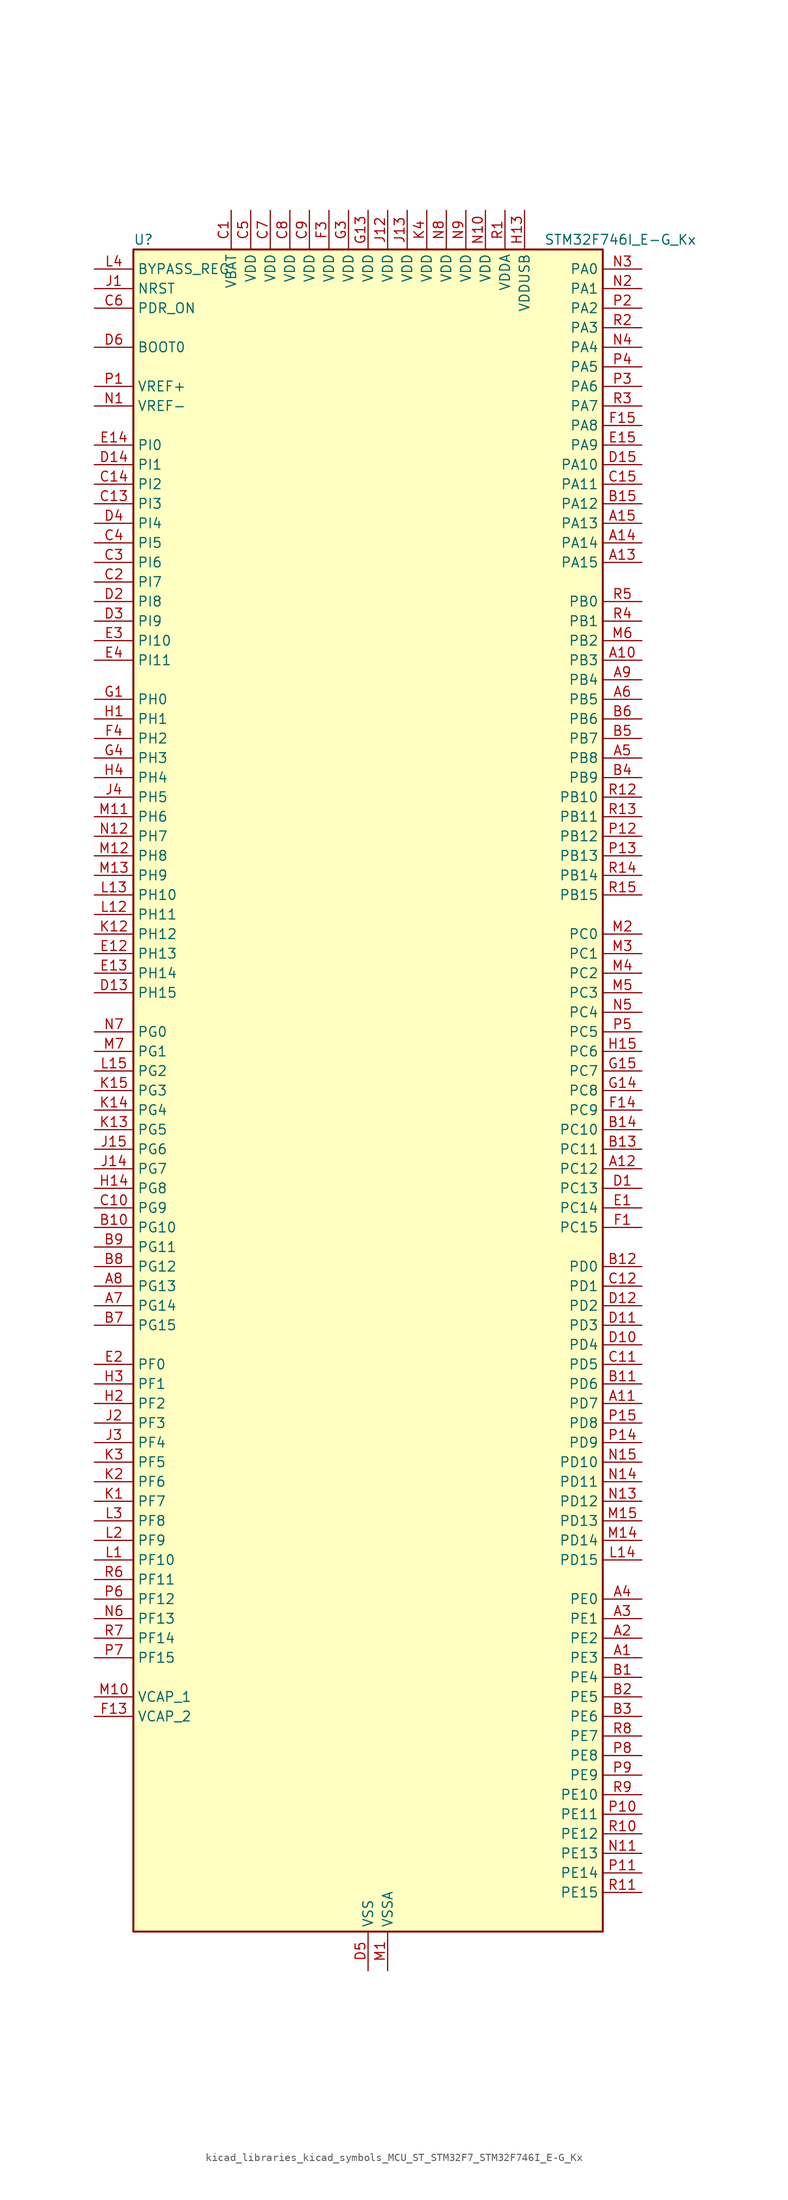
<source format=kicad_sym>
(kicad_symbol_lib
  (version 20220914)
  (generator kicad_symbol_editor)
  (symbol "kicad_libraries_kicad_symbols_MCU_ST_STM32F7_STM32F746I_E-G_Kx"
    (property "Reference" "U"
      (at -30.48 110.49 0)
      (effects (font (size 1.27 1.27)) (justify left)))
    (property "Value" "STM32F746I_E-G_Kx"
      (at 22.86 110.49 0)
      (effects (font (size 1.27 1.27)) (justify left)))
    (property "ki_locked" ""
      (at 0 0 0)
      (effects (font (size 1.27 1.27))))
    (symbol "kicad_libraries_kicad_symbols_MCU_ST_STM32F7_STM32F746I_E-G_Kx_0_1"
      (rectangle (start -30.48 -109.22) (end 30.48 109.22) (stroke (width 0.254) (type default)) (fill (type background))))
    (symbol "kicad_libraries_kicad_symbols_MCU_ST_STM32F7_STM32F746I_E-G_Kx_1_1"
      (pin bidirectional line (at 35.56 -73.66 180) (length 5.08) (name "PE3" (effects (font (size 1.27 1.27)))) (number "A1" (effects (font (size 1.27 1.27)))) (alternate "FMC_A19" bidirectional line) (alternate "SAI1_SD_B" bidirectional line) (alternate "SYS_TRACED0" bidirectional line))
      (pin bidirectional line (at 35.56 55.88 180) (length 5.08) (name "PB3" (effects (font (size 1.27 1.27)))) (number "A10" (effects (font (size 1.27 1.27)))) (alternate "I2S1_CK" bidirectional line) (alternate "I2S3_CK" bidirectional line) (alternate "SPI1_SCK" bidirectional line) (alternate "SPI3_SCK" bidirectional line) (alternate "SYS_JTDO-SWO" bidirectional line) (alternate "TIM2_CH2" bidirectional line))
      (pin bidirectional line (at 35.56 -40.64 180) (length 5.08) (name "PD7" (effects (font (size 1.27 1.27)))) (number "A11" (effects (font (size 1.27 1.27)))) (alternate "FMC_NE1" bidirectional line) (alternate "SPDIFRX_IN0" bidirectional line) (alternate "USART2_CK" bidirectional line))
      (pin bidirectional line (at 35.56 -10.16 180) (length 5.08) (name "PC12" (effects (font (size 1.27 1.27)))) (number "A12" (effects (font (size 1.27 1.27)))) (alternate "DCMI_D9" bidirectional line) (alternate "I2S3_SD" bidirectional line) (alternate "SDMMC1_CK" bidirectional line) (alternate "SPI3_MOSI" bidirectional line) (alternate "SYS_TRACED3" bidirectional line) (alternate "UART5_TX" bidirectional line) (alternate "USART3_CK" bidirectional line))
      (pin bidirectional line (at 35.56 68.58 180) (length 5.08) (name "PA15" (effects (font (size 1.27 1.27)))) (number "A13" (effects (font (size 1.27 1.27)))) (alternate "CEC" bidirectional line) (alternate "I2S1_WS" bidirectional line) (alternate "I2S3_WS" bidirectional line) (alternate "SPI1_NSS" bidirectional line) (alternate "SPI3_NSS" bidirectional line) (alternate "SYS_JTDI" bidirectional line) (alternate "TIM2_CH1" bidirectional line) (alternate "TIM2_ETR" bidirectional line) (alternate "UART4_DE" bidirectional line) (alternate "UART4_RTS" bidirectional line))
      (pin bidirectional line (at 35.56 71.12 180) (length 5.08) (name "PA14" (effects (font (size 1.27 1.27)))) (number "A14" (effects (font (size 1.27 1.27)))) (alternate "SYS_JTCK-SWCLK" bidirectional line))
      (pin bidirectional line (at 35.56 73.66 180) (length 5.08) (name "PA13" (effects (font (size 1.27 1.27)))) (number "A15" (effects (font (size 1.27 1.27)))) (alternate "SYS_JTMS-SWDIO" bidirectional line))
      (pin bidirectional line (at 35.56 -71.12 180) (length 5.08) (name "PE2" (effects (font (size 1.27 1.27)))) (number "A2" (effects (font (size 1.27 1.27)))) (alternate "ETH_TXD3" bidirectional line) (alternate "FMC_A23" bidirectional line) (alternate "QUADSPI_BK1_IO2" bidirectional line) (alternate "SAI1_MCLK_A" bidirectional line) (alternate "SPI4_SCK" bidirectional line) (alternate "SYS_TRACECLK" bidirectional line))
      (pin bidirectional line (at 35.56 -68.58 180) (length 5.08) (name "PE1" (effects (font (size 1.27 1.27)))) (number "A3" (effects (font (size 1.27 1.27)))) (alternate "DCMI_D3" bidirectional line) (alternate "FMC_NBL1" bidirectional line) (alternate "LPTIM1_IN2" bidirectional line) (alternate "UART8_TX" bidirectional line))
      (pin bidirectional line (at 35.56 -66.04 180) (length 5.08) (name "PE0" (effects (font (size 1.27 1.27)))) (number "A4" (effects (font (size 1.27 1.27)))) (alternate "DCMI_D2" bidirectional line) (alternate "FMC_NBL0" bidirectional line) (alternate "LPTIM1_ETR" bidirectional line) (alternate "SAI2_MCLK_A" bidirectional line) (alternate "TIM4_ETR" bidirectional line) (alternate "UART8_RX" bidirectional line))
      (pin bidirectional line (at 35.56 43.18 180) (length 5.08) (name "PB8" (effects (font (size 1.27 1.27)))) (number "A5" (effects (font (size 1.27 1.27)))) (alternate "CAN1_RX" bidirectional line) (alternate "DCMI_D6" bidirectional line) (alternate "ETH_TXD3" bidirectional line) (alternate "I2C1_SCL" bidirectional line) (alternate "LTDC_B6" bidirectional line) (alternate "SDMMC1_D4" bidirectional line) (alternate "TIM10_CH1" bidirectional line) (alternate "TIM4_CH3" bidirectional line))
      (pin bidirectional line (at 35.56 50.8 180) (length 5.08) (name "PB5" (effects (font (size 1.27 1.27)))) (number "A6" (effects (font (size 1.27 1.27)))) (alternate "CAN2_RX" bidirectional line) (alternate "DCMI_D10" bidirectional line) (alternate "ETH_PPS_OUT" bidirectional line) (alternate "FMC_SDCKE1" bidirectional line) (alternate "I2C1_SMBA" bidirectional line) (alternate "I2S1_SD" bidirectional line) (alternate "I2S3_SD" bidirectional line) (alternate "SPI1_MOSI" bidirectional line) (alternate "SPI3_MOSI" bidirectional line) (alternate "TIM3_CH2" bidirectional line) (alternate "USB_OTG_HS_ULPI_D7" bidirectional line))
      (pin bidirectional line (at -35.56 -27.94 0) (length 5.08) (name "PG14" (effects (font (size 1.27 1.27)))) (number "A7" (effects (font (size 1.27 1.27)))) (alternate "ETH_TXD1" bidirectional line) (alternate "FMC_A25" bidirectional line) (alternate "LPTIM1_ETR" bidirectional line) (alternate "LTDC_B0" bidirectional line) (alternate "QUADSPI_BK2_IO3" bidirectional line) (alternate "SPI6_MOSI" bidirectional line) (alternate "SYS_TRACED1" bidirectional line) (alternate "USART6_TX" bidirectional line))
      (pin bidirectional line (at -35.56 -25.4 0) (length 5.08) (name "PG13" (effects (font (size 1.27 1.27)))) (number "A8" (effects (font (size 1.27 1.27)))) (alternate "ETH_TXD0" bidirectional line) (alternate "FMC_A24" bidirectional line) (alternate "LPTIM1_OUT" bidirectional line) (alternate "LTDC_R0" bidirectional line) (alternate "SPI6_SCK" bidirectional line) (alternate "SYS_TRACED0" bidirectional line) (alternate "USART6_CTS" bidirectional line))
      (pin bidirectional line (at 35.56 53.34 180) (length 5.08) (name "PB4" (effects (font (size 1.27 1.27)))) (number "A9" (effects (font (size 1.27 1.27)))) (alternate "I2S2_WS" bidirectional line) (alternate "SPI1_MISO" bidirectional line) (alternate "SPI2_NSS" bidirectional line) (alternate "SPI3_MISO" bidirectional line) (alternate "SYS_JTRST" bidirectional line) (alternate "TIM3_CH1" bidirectional line))
      (pin bidirectional line (at 35.56 -76.2 180) (length 5.08) (name "PE4" (effects (font (size 1.27 1.27)))) (number "B1" (effects (font (size 1.27 1.27)))) (alternate "DCMI_D4" bidirectional line) (alternate "FMC_A20" bidirectional line) (alternate "LTDC_B0" bidirectional line) (alternate "SAI1_FS_A" bidirectional line) (alternate "SPI4_NSS" bidirectional line) (alternate "SYS_TRACED1" bidirectional line))
      (pin bidirectional line (at -35.56 -17.78 0) (length 5.08) (name "PG10" (effects (font (size 1.27 1.27)))) (number "B10" (effects (font (size 1.27 1.27)))) (alternate "DCMI_D2" bidirectional line) (alternate "FMC_NE3" bidirectional line) (alternate "LTDC_B2" bidirectional line) (alternate "LTDC_G3" bidirectional line) (alternate "SAI2_SD_B" bidirectional line))
      (pin bidirectional line (at 35.56 -38.1 180) (length 5.08) (name "PD6" (effects (font (size 1.27 1.27)))) (number "B11" (effects (font (size 1.27 1.27)))) (alternate "DCMI_D10" bidirectional line) (alternate "FMC_NWAIT" bidirectional line) (alternate "I2S3_SD" bidirectional line) (alternate "LTDC_B2" bidirectional line) (alternate "SAI1_SD_A" bidirectional line) (alternate "SPI3_MOSI" bidirectional line) (alternate "USART2_RX" bidirectional line))
      (pin bidirectional line (at 35.56 -22.86 180) (length 5.08) (name "PD0" (effects (font (size 1.27 1.27)))) (number "B12" (effects (font (size 1.27 1.27)))) (alternate "CAN1_RX" bidirectional line) (alternate "FMC_D2" bidirectional line) (alternate "FMC_DA2" bidirectional line))
      (pin bidirectional line (at 35.56 -7.62 180) (length 5.08) (name "PC11" (effects (font (size 1.27 1.27)))) (number "B13" (effects (font (size 1.27 1.27)))) (alternate "ADC1_EXTI11" bidirectional line) (alternate "ADC2_EXTI11" bidirectional line) (alternate "ADC3_EXTI11" bidirectional line) (alternate "DCMI_D4" bidirectional line) (alternate "QUADSPI_BK2_NCS" bidirectional line) (alternate "SDMMC1_D3" bidirectional line) (alternate "SPI3_MISO" bidirectional line) (alternate "UART4_RX" bidirectional line) (alternate "USART3_RX" bidirectional line))
      (pin bidirectional line (at 35.56 -5.08 180) (length 5.08) (name "PC10" (effects (font (size 1.27 1.27)))) (number "B14" (effects (font (size 1.27 1.27)))) (alternate "DCMI_D8" bidirectional line) (alternate "I2S3_CK" bidirectional line) (alternate "LTDC_R2" bidirectional line) (alternate "QUADSPI_BK1_IO1" bidirectional line) (alternate "SDMMC1_D2" bidirectional line) (alternate "SPI3_SCK" bidirectional line) (alternate "UART4_TX" bidirectional line) (alternate "USART3_TX" bidirectional line))
      (pin bidirectional line (at 35.56 76.2 180) (length 5.08) (name "PA12" (effects (font (size 1.27 1.27)))) (number "B15" (effects (font (size 1.27 1.27)))) (alternate "CAN1_TX" bidirectional line) (alternate "LTDC_R5" bidirectional line) (alternate "SAI2_FS_B" bidirectional line) (alternate "TIM1_ETR" bidirectional line) (alternate "USART1_DE" bidirectional line) (alternate "USART1_RTS" bidirectional line) (alternate "USB_OTG_FS_DP" bidirectional line))
      (pin bidirectional line (at 35.56 -78.74 180) (length 5.08) (name "PE5" (effects (font (size 1.27 1.27)))) (number "B2" (effects (font (size 1.27 1.27)))) (alternate "DCMI_D6" bidirectional line) (alternate "FMC_A21" bidirectional line) (alternate "LTDC_G0" bidirectional line) (alternate "SAI1_SCK_A" bidirectional line) (alternate "SPI4_MISO" bidirectional line) (alternate "SYS_TRACED2" bidirectional line) (alternate "TIM9_CH1" bidirectional line))
      (pin bidirectional line (at 35.56 -81.28 180) (length 5.08) (name "PE6" (effects (font (size 1.27 1.27)))) (number "B3" (effects (font (size 1.27 1.27)))) (alternate "DCMI_D7" bidirectional line) (alternate "FMC_A22" bidirectional line) (alternate "LTDC_G1" bidirectional line) (alternate "SAI1_SD_A" bidirectional line) (alternate "SAI2_MCLK_B" bidirectional line) (alternate "SPI4_MOSI" bidirectional line) (alternate "SYS_TRACED3" bidirectional line) (alternate "TIM1_BKIN2" bidirectional line) (alternate "TIM9_CH2" bidirectional line))
      (pin bidirectional line (at 35.56 40.64 180) (length 5.08) (name "PB9" (effects (font (size 1.27 1.27)))) (number "B4" (effects (font (size 1.27 1.27)))) (alternate "CAN1_TX" bidirectional line) (alternate "DAC_EXTI9" bidirectional line) (alternate "DCMI_D7" bidirectional line) (alternate "I2C1_SDA" bidirectional line) (alternate "I2S2_WS" bidirectional line) (alternate "LTDC_B7" bidirectional line) (alternate "SDMMC1_D5" bidirectional line) (alternate "SPI2_NSS" bidirectional line) (alternate "TIM11_CH1" bidirectional line) (alternate "TIM4_CH4" bidirectional line))
      (pin bidirectional line (at 35.56 45.72 180) (length 5.08) (name "PB7" (effects (font (size 1.27 1.27)))) (number "B5" (effects (font (size 1.27 1.27)))) (alternate "DCMI_VSYNC" bidirectional line) (alternate "FMC_NL" bidirectional line) (alternate "I2C1_SDA" bidirectional line) (alternate "TIM4_CH2" bidirectional line) (alternate "USART1_RX" bidirectional line))
      (pin bidirectional line (at 35.56 48.26 180) (length 5.08) (name "PB6" (effects (font (size 1.27 1.27)))) (number "B6" (effects (font (size 1.27 1.27)))) (alternate "CAN2_TX" bidirectional line) (alternate "CEC" bidirectional line) (alternate "DCMI_D5" bidirectional line) (alternate "FMC_SDNE1" bidirectional line) (alternate "I2C1_SCL" bidirectional line) (alternate "QUADSPI_BK1_NCS" bidirectional line) (alternate "TIM4_CH1" bidirectional line) (alternate "USART1_TX" bidirectional line))
      (pin bidirectional line (at -35.56 -30.48 0) (length 5.08) (name "PG15" (effects (font (size 1.27 1.27)))) (number "B7" (effects (font (size 1.27 1.27)))) (alternate "DCMI_D13" bidirectional line) (alternate "FMC_SDNCAS" bidirectional line) (alternate "USART6_CTS" bidirectional line))
      (pin bidirectional line (at -35.56 -22.86 0) (length 5.08) (name "PG12" (effects (font (size 1.27 1.27)))) (number "B8" (effects (font (size 1.27 1.27)))) (alternate "FMC_NE4" bidirectional line) (alternate "LPTIM1_IN1" bidirectional line) (alternate "LTDC_B1" bidirectional line) (alternate "LTDC_B4" bidirectional line) (alternate "SPDIFRX_IN1" bidirectional line) (alternate "SPI6_MISO" bidirectional line) (alternate "USART6_DE" bidirectional line) (alternate "USART6_RTS" bidirectional line))
      (pin bidirectional line (at -35.56 -20.32 0) (length 5.08) (name "PG11" (effects (font (size 1.27 1.27)))) (number "B9" (effects (font (size 1.27 1.27)))) (alternate "ADC1_EXTI11" bidirectional line) (alternate "ADC2_EXTI11" bidirectional line) (alternate "ADC3_EXTI11" bidirectional line) (alternate "DCMI_D3" bidirectional line) (alternate "ETH_TX_EN" bidirectional line) (alternate "LTDC_B3" bidirectional line) (alternate "SPDIFRX_IN0" bidirectional line))
      (pin power_in line (at -17.78 114.3 270) (length 5.08) (name "VBAT" (effects (font (size 1.27 1.27)))) (number "C1" (effects (font (size 1.27 1.27)))))
      (pin bidirectional line (at -35.56 -15.24 0) (length 5.08) (name "PG9" (effects (font (size 1.27 1.27)))) (number "C10" (effects (font (size 1.27 1.27)))) (alternate "DAC_EXTI9" bidirectional line) (alternate "DCMI_VSYNC" bidirectional line) (alternate "FMC_NCE" bidirectional line) (alternate "FMC_NE2" bidirectional line) (alternate "QUADSPI_BK2_IO2" bidirectional line) (alternate "SAI2_FS_B" bidirectional line) (alternate "SPDIFRX_IN3" bidirectional line) (alternate "USART6_RX" bidirectional line))
      (pin bidirectional line (at 35.56 -35.56 180) (length 5.08) (name "PD5" (effects (font (size 1.27 1.27)))) (number "C11" (effects (font (size 1.27 1.27)))) (alternate "FMC_NWE" bidirectional line) (alternate "USART2_TX" bidirectional line))
      (pin bidirectional line (at 35.56 -25.4 180) (length 5.08) (name "PD1" (effects (font (size 1.27 1.27)))) (number "C12" (effects (font (size 1.27 1.27)))) (alternate "CAN1_TX" bidirectional line) (alternate "FMC_D3" bidirectional line) (alternate "FMC_DA3" bidirectional line))
      (pin bidirectional line (at -35.56 76.2 0) (length 5.08) (name "PI3" (effects (font (size 1.27 1.27)))) (number "C13" (effects (font (size 1.27 1.27)))) (alternate "DCMI_D10" bidirectional line) (alternate "FMC_D27" bidirectional line) (alternate "I2S2_SD" bidirectional line) (alternate "SPI2_MOSI" bidirectional line) (alternate "TIM8_ETR" bidirectional line))
      (pin bidirectional line (at -35.56 78.74 0) (length 5.08) (name "PI2" (effects (font (size 1.27 1.27)))) (number "C14" (effects (font (size 1.27 1.27)))) (alternate "DCMI_D9" bidirectional line) (alternate "FMC_D26" bidirectional line) (alternate "LTDC_G7" bidirectional line) (alternate "SPI2_MISO" bidirectional line) (alternate "TIM8_CH4" bidirectional line))
      (pin bidirectional line (at 35.56 78.74 180) (length 5.08) (name "PA11" (effects (font (size 1.27 1.27)))) (number "C15" (effects (font (size 1.27 1.27)))) (alternate "ADC1_EXTI11" bidirectional line) (alternate "ADC2_EXTI11" bidirectional line) (alternate "ADC3_EXTI11" bidirectional line) (alternate "CAN1_RX" bidirectional line) (alternate "LTDC_R4" bidirectional line) (alternate "TIM1_CH4" bidirectional line) (alternate "USART1_CTS" bidirectional line) (alternate "USB_OTG_FS_DM" bidirectional line))
      (pin bidirectional line (at -35.56 66.04 0) (length 5.08) (name "PI7" (effects (font (size 1.27 1.27)))) (number "C2" (effects (font (size 1.27 1.27)))) (alternate "DCMI_D7" bidirectional line) (alternate "FMC_D29" bidirectional line) (alternate "LTDC_B7" bidirectional line) (alternate "SAI2_FS_A" bidirectional line) (alternate "TIM8_CH3" bidirectional line))
      (pin bidirectional line (at -35.56 68.58 0) (length 5.08) (name "PI6" (effects (font (size 1.27 1.27)))) (number "C3" (effects (font (size 1.27 1.27)))) (alternate "DCMI_D6" bidirectional line) (alternate "FMC_D28" bidirectional line) (alternate "LTDC_B6" bidirectional line) (alternate "SAI2_SD_A" bidirectional line) (alternate "TIM8_CH2" bidirectional line))
      (pin bidirectional line (at -35.56 71.12 0) (length 5.08) (name "PI5" (effects (font (size 1.27 1.27)))) (number "C4" (effects (font (size 1.27 1.27)))) (alternate "DCMI_VSYNC" bidirectional line) (alternate "FMC_NBL3" bidirectional line) (alternate "LTDC_B5" bidirectional line) (alternate "SAI2_SCK_A" bidirectional line) (alternate "TIM8_CH1" bidirectional line))
      (pin power_in line (at -15.24 114.3 270) (length 5.08) (name "VDD" (effects (font (size 1.27 1.27)))) (number "C5" (effects (font (size 1.27 1.27)))))
      (pin input line (at -35.56 101.6 0) (length 5.08) (name "PDR_ON" (effects (font (size 1.27 1.27)))) (number "C6" (effects (font (size 1.27 1.27)))))
      (pin power_in line (at -12.7 114.3 270) (length 5.08) (name "VDD" (effects (font (size 1.27 1.27)))) (number "C7" (effects (font (size 1.27 1.27)))))
      (pin power_in line (at -10.16 114.3 270) (length 5.08) (name "VDD" (effects (font (size 1.27 1.27)))) (number "C8" (effects (font (size 1.27 1.27)))))
      (pin power_in line (at -7.62 114.3 270) (length 5.08) (name "VDD" (effects (font (size 1.27 1.27)))) (number "C9" (effects (font (size 1.27 1.27)))))
      (pin bidirectional line (at 35.56 -12.7 180) (length 5.08) (name "PC13" (effects (font (size 1.27 1.27)))) (number "D1" (effects (font (size 1.27 1.27)))) (alternate "RTC_OUT" bidirectional line) (alternate "RTC_TAMP1" bidirectional line) (alternate "RTC_TS" bidirectional line) (alternate "SYS_WKUP4" bidirectional line))
      (pin bidirectional line (at 35.56 -33.02 180) (length 5.08) (name "PD4" (effects (font (size 1.27 1.27)))) (number "D10" (effects (font (size 1.27 1.27)))) (alternate "FMC_NOE" bidirectional line) (alternate "USART2_DE" bidirectional line) (alternate "USART2_RTS" bidirectional line))
      (pin bidirectional line (at 35.56 -30.48 180) (length 5.08) (name "PD3" (effects (font (size 1.27 1.27)))) (number "D11" (effects (font (size 1.27 1.27)))) (alternate "DCMI_D5" bidirectional line) (alternate "FMC_CLK" bidirectional line) (alternate "I2S2_CK" bidirectional line) (alternate "LTDC_G7" bidirectional line) (alternate "SPI2_SCK" bidirectional line) (alternate "USART2_CTS" bidirectional line))
      (pin bidirectional line (at 35.56 -27.94 180) (length 5.08) (name "PD2" (effects (font (size 1.27 1.27)))) (number "D12" (effects (font (size 1.27 1.27)))) (alternate "DCMI_D11" bidirectional line) (alternate "SDMMC1_CMD" bidirectional line) (alternate "SYS_TRACED2" bidirectional line) (alternate "TIM3_ETR" bidirectional line) (alternate "UART5_RX" bidirectional line))
      (pin bidirectional line (at -35.56 12.7 0) (length 5.08) (name "PH15" (effects (font (size 1.27 1.27)))) (number "D13" (effects (font (size 1.27 1.27)))) (alternate "DCMI_D11" bidirectional line) (alternate "FMC_D23" bidirectional line) (alternate "LTDC_G4" bidirectional line) (alternate "TIM8_CH3N" bidirectional line))
      (pin bidirectional line (at -35.56 81.28 0) (length 5.08) (name "PI1" (effects (font (size 1.27 1.27)))) (number "D14" (effects (font (size 1.27 1.27)))) (alternate "DCMI_D8" bidirectional line) (alternate "FMC_D25" bidirectional line) (alternate "I2S2_CK" bidirectional line) (alternate "LTDC_G6" bidirectional line) (alternate "SPI2_SCK" bidirectional line) (alternate "TIM8_BKIN2" bidirectional line))
      (pin bidirectional line (at 35.56 81.28 180) (length 5.08) (name "PA10" (effects (font (size 1.27 1.27)))) (number "D15" (effects (font (size 1.27 1.27)))) (alternate "DCMI_D1" bidirectional line) (alternate "TIM1_CH3" bidirectional line) (alternate "USART1_RX" bidirectional line) (alternate "USB_OTG_FS_ID" bidirectional line))
      (pin bidirectional line (at -35.56 63.5 0) (length 5.08) (name "PI8" (effects (font (size 1.27 1.27)))) (number "D2" (effects (font (size 1.27 1.27)))) (alternate "RTC_TAMP2" bidirectional line) (alternate "RTC_TS" bidirectional line) (alternate "SYS_WKUP5" bidirectional line))
      (pin bidirectional line (at -35.56 60.96 0) (length 5.08) (name "PI9" (effects (font (size 1.27 1.27)))) (number "D3" (effects (font (size 1.27 1.27)))) (alternate "CAN1_RX" bidirectional line) (alternate "DAC_EXTI9" bidirectional line) (alternate "FMC_D30" bidirectional line) (alternate "LTDC_VSYNC" bidirectional line))
      (pin bidirectional line (at -35.56 73.66 0) (length 5.08) (name "PI4" (effects (font (size 1.27 1.27)))) (number "D4" (effects (font (size 1.27 1.27)))) (alternate "DCMI_D5" bidirectional line) (alternate "FMC_NBL2" bidirectional line) (alternate "LTDC_B4" bidirectional line) (alternate "SAI2_MCLK_A" bidirectional line) (alternate "TIM8_BKIN" bidirectional line))
      (pin power_in line (at 0 -114.3 90) (length 5.08) (name "VSS" (effects (font (size 1.27 1.27)))) (number "D5" (effects (font (size 1.27 1.27)))))
      (pin input line (at -35.56 96.52 0) (length 5.08) (name "BOOT0" (effects (font (size 1.27 1.27)))) (number "D6" (effects (font (size 1.27 1.27)))))
      (pin passive line (at 0 -114.3 90) (length 5.08) hide (name "VSS" (effects (font (size 1.27 1.27)))) (number "D7" (effects (font (size 1.27 1.27)))))
      (pin passive line (at 0 -114.3 90) (length 5.08) hide (name "VSS" (effects (font (size 1.27 1.27)))) (number "D8" (effects (font (size 1.27 1.27)))))
      (pin passive line (at 0 -114.3 90) (length 5.08) hide (name "VSS" (effects (font (size 1.27 1.27)))) (number "D9" (effects (font (size 1.27 1.27)))))
      (pin bidirectional line (at 35.56 -15.24 180) (length 5.08) (name "PC14" (effects (font (size 1.27 1.27)))) (number "E1" (effects (font (size 1.27 1.27)))) (alternate "RCC_OSC32_IN" bidirectional line))
      (pin bidirectional line (at -35.56 17.78 0) (length 5.08) (name "PH13" (effects (font (size 1.27 1.27)))) (number "E12" (effects (font (size 1.27 1.27)))) (alternate "CAN1_TX" bidirectional line) (alternate "FMC_D21" bidirectional line) (alternate "LTDC_G2" bidirectional line) (alternate "TIM8_CH1N" bidirectional line))
      (pin bidirectional line (at -35.56 15.24 0) (length 5.08) (name "PH14" (effects (font (size 1.27 1.27)))) (number "E13" (effects (font (size 1.27 1.27)))) (alternate "DCMI_D4" bidirectional line) (alternate "FMC_D22" bidirectional line) (alternate "LTDC_G3" bidirectional line) (alternate "TIM8_CH2N" bidirectional line))
      (pin bidirectional line (at -35.56 83.82 0) (length 5.08) (name "PI0" (effects (font (size 1.27 1.27)))) (number "E14" (effects (font (size 1.27 1.27)))) (alternate "DCMI_D13" bidirectional line) (alternate "FMC_D24" bidirectional line) (alternate "I2S2_WS" bidirectional line) (alternate "LTDC_G5" bidirectional line) (alternate "SPI2_NSS" bidirectional line) (alternate "TIM5_CH4" bidirectional line))
      (pin bidirectional line (at 35.56 83.82 180) (length 5.08) (name "PA9" (effects (font (size 1.27 1.27)))) (number "E15" (effects (font (size 1.27 1.27)))) (alternate "DAC_EXTI9" bidirectional line) (alternate "DCMI_D0" bidirectional line) (alternate "I2C3_SMBA" bidirectional line) (alternate "I2S2_CK" bidirectional line) (alternate "SPI2_SCK" bidirectional line) (alternate "TIM1_CH2" bidirectional line) (alternate "USART1_TX" bidirectional line) (alternate "USB_OTG_FS_VBUS" bidirectional line))
      (pin bidirectional line (at -35.56 -35.56 0) (length 5.08) (name "PF0" (effects (font (size 1.27 1.27)))) (number "E2" (effects (font (size 1.27 1.27)))) (alternate "FMC_A0" bidirectional line) (alternate "I2C2_SDA" bidirectional line))
      (pin bidirectional line (at -35.56 58.42 0) (length 5.08) (name "PI10" (effects (font (size 1.27 1.27)))) (number "E3" (effects (font (size 1.27 1.27)))) (alternate "ETH_RX_ER" bidirectional line) (alternate "FMC_D31" bidirectional line) (alternate "LTDC_HSYNC" bidirectional line))
      (pin bidirectional line (at -35.56 55.88 0) (length 5.08) (name "PI11" (effects (font (size 1.27 1.27)))) (number "E4" (effects (font (size 1.27 1.27)))) (alternate "ADC1_EXTI11" bidirectional line) (alternate "ADC2_EXTI11" bidirectional line) (alternate "ADC3_EXTI11" bidirectional line) (alternate "SYS_WKUP6" bidirectional line) (alternate "USB_OTG_HS_ULPI_DIR" bidirectional line))
      (pin bidirectional line (at 35.56 -17.78 180) (length 5.08) (name "PC15" (effects (font (size 1.27 1.27)))) (number "F1" (effects (font (size 1.27 1.27)))) (alternate "RCC_OSC32_OUT" bidirectional line))
      (pin passive line (at 0 -114.3 90) (length 5.08) hide (name "VSS" (effects (font (size 1.27 1.27)))) (number "F10" (effects (font (size 1.27 1.27)))))
      (pin passive line (at 0 -114.3 90) (length 5.08) hide (name "VSS" (effects (font (size 1.27 1.27)))) (number "F12" (effects (font (size 1.27 1.27)))))
      (pin power_out line (at -35.56 -81.28 0) (length 5.08) (name "VCAP_2" (effects (font (size 1.27 1.27)))) (number "F13" (effects (font (size 1.27 1.27)))))
      (pin bidirectional line (at 35.56 -2.54 180) (length 5.08) (name "PC9" (effects (font (size 1.27 1.27)))) (number "F14" (effects (font (size 1.27 1.27)))) (alternate "DAC_EXTI9" bidirectional line) (alternate "DCMI_D3" bidirectional line) (alternate "I2C3_SDA" bidirectional line) (alternate "I2S_CKIN" bidirectional line) (alternate "QUADSPI_BK1_IO0" bidirectional line) (alternate "RCC_MCO_2" bidirectional line) (alternate "SDMMC1_D1" bidirectional line) (alternate "TIM3_CH4" bidirectional line) (alternate "TIM8_CH4" bidirectional line) (alternate "UART5_CTS" bidirectional line))
      (pin bidirectional line (at 35.56 86.36 180) (length 5.08) (name "PA8" (effects (font (size 1.27 1.27)))) (number "F15" (effects (font (size 1.27 1.27)))) (alternate "I2C3_SCL" bidirectional line) (alternate "LTDC_R6" bidirectional line) (alternate "RCC_MCO_1" bidirectional line) (alternate "TIM1_CH1" bidirectional line) (alternate "TIM8_BKIN2" bidirectional line) (alternate "USART1_CK" bidirectional line) (alternate "USB_OTG_FS_SOF" bidirectional line))
      (pin passive line (at 0 -114.3 90) (length 5.08) hide (name "VSS" (effects (font (size 1.27 1.27)))) (number "F2" (effects (font (size 1.27 1.27)))))
      (pin power_in line (at -5.08 114.3 270) (length 5.08) (name "VDD" (effects (font (size 1.27 1.27)))) (number "F3" (effects (font (size 1.27 1.27)))))
      (pin bidirectional line (at -35.56 45.72 0) (length 5.08) (name "PH2" (effects (font (size 1.27 1.27)))) (number "F4" (effects (font (size 1.27 1.27)))) (alternate "ETH_CRS" bidirectional line) (alternate "FMC_SDCKE0" bidirectional line) (alternate "LPTIM1_IN2" bidirectional line) (alternate "LTDC_R0" bidirectional line) (alternate "QUADSPI_BK2_IO0" bidirectional line) (alternate "SAI2_SCK_B" bidirectional line))
      (pin passive line (at 0 -114.3 90) (length 5.08) hide (name "VSS" (effects (font (size 1.27 1.27)))) (number "F6" (effects (font (size 1.27 1.27)))))
      (pin passive line (at 0 -114.3 90) (length 5.08) hide (name "VSS" (effects (font (size 1.27 1.27)))) (number "F7" (effects (font (size 1.27 1.27)))))
      (pin passive line (at 0 -114.3 90) (length 5.08) hide (name "VSS" (effects (font (size 1.27 1.27)))) (number "F8" (effects (font (size 1.27 1.27)))))
      (pin passive line (at 0 -114.3 90) (length 5.08) hide (name "VSS" (effects (font (size 1.27 1.27)))) (number "F9" (effects (font (size 1.27 1.27)))))
      (pin bidirectional line (at -35.56 50.8 0) (length 5.08) (name "PH0" (effects (font (size 1.27 1.27)))) (number "G1" (effects (font (size 1.27 1.27)))) (alternate "RCC_OSC_IN" bidirectional line))
      (pin passive line (at 0 -114.3 90) (length 5.08) hide (name "VSS" (effects (font (size 1.27 1.27)))) (number "G10" (effects (font (size 1.27 1.27)))))
      (pin passive line (at 0 -114.3 90) (length 5.08) hide (name "VSS" (effects (font (size 1.27 1.27)))) (number "G12" (effects (font (size 1.27 1.27)))))
      (pin power_in line (at 0 114.3 270) (length 5.08) (name "VDD" (effects (font (size 1.27 1.27)))) (number "G13" (effects (font (size 1.27 1.27)))))
      (pin bidirectional line (at 35.56 0 180) (length 5.08) (name "PC8" (effects (font (size 1.27 1.27)))) (number "G14" (effects (font (size 1.27 1.27)))) (alternate "DCMI_D2" bidirectional line) (alternate "SDMMC1_D0" bidirectional line) (alternate "SYS_TRACED1" bidirectional line) (alternate "TIM3_CH3" bidirectional line) (alternate "TIM8_CH3" bidirectional line) (alternate "UART5_DE" bidirectional line) (alternate "UART5_RTS" bidirectional line) (alternate "USART6_CK" bidirectional line))
      (pin bidirectional line (at 35.56 2.54 180) (length 5.08) (name "PC7" (effects (font (size 1.27 1.27)))) (number "G15" (effects (font (size 1.27 1.27)))) (alternate "DCMI_D1" bidirectional line) (alternate "I2S3_MCK" bidirectional line) (alternate "LTDC_G6" bidirectional line) (alternate "SDMMC1_D7" bidirectional line) (alternate "TIM3_CH2" bidirectional line) (alternate "TIM8_CH2" bidirectional line) (alternate "USART6_RX" bidirectional line))
      (pin passive line (at 0 -114.3 90) (length 5.08) hide (name "VSS" (effects (font (size 1.27 1.27)))) (number "G2" (effects (font (size 1.27 1.27)))))
      (pin power_in line (at -2.54 114.3 270) (length 5.08) (name "VDD" (effects (font (size 1.27 1.27)))) (number "G3" (effects (font (size 1.27 1.27)))))
      (pin bidirectional line (at -35.56 43.18 0) (length 5.08) (name "PH3" (effects (font (size 1.27 1.27)))) (number "G4" (effects (font (size 1.27 1.27)))) (alternate "ETH_COL" bidirectional line) (alternate "FMC_SDNE0" bidirectional line) (alternate "LTDC_R1" bidirectional line) (alternate "QUADSPI_BK2_IO1" bidirectional line) (alternate "SAI2_MCLK_B" bidirectional line))
      (pin passive line (at 0 -114.3 90) (length 5.08) hide (name "VSS" (effects (font (size 1.27 1.27)))) (number "G6" (effects (font (size 1.27 1.27)))))
      (pin passive line (at 0 -114.3 90) (length 5.08) hide (name "VSS" (effects (font (size 1.27 1.27)))) (number "G7" (effects (font (size 1.27 1.27)))))
      (pin passive line (at 0 -114.3 90) (length 5.08) hide (name "VSS" (effects (font (size 1.27 1.27)))) (number "G8" (effects (font (size 1.27 1.27)))))
      (pin passive line (at 0 -114.3 90) (length 5.08) hide (name "VSS" (effects (font (size 1.27 1.27)))) (number "G9" (effects (font (size 1.27 1.27)))))
      (pin bidirectional line (at -35.56 48.26 0) (length 5.08) (name "PH1" (effects (font (size 1.27 1.27)))) (number "H1" (effects (font (size 1.27 1.27)))) (alternate "RCC_OSC_OUT" bidirectional line))
      (pin passive line (at 0 -114.3 90) (length 5.08) hide (name "VSS" (effects (font (size 1.27 1.27)))) (number "H10" (effects (font (size 1.27 1.27)))))
      (pin passive line (at 0 -114.3 90) (length 5.08) hide (name "VSS" (effects (font (size 1.27 1.27)))) (number "H12" (effects (font (size 1.27 1.27)))))
      (pin power_in line (at 20.32 114.3 270) (length 5.08) (name "VDDUSB" (effects (font (size 1.27 1.27)))) (number "H13" (effects (font (size 1.27 1.27)))))
      (pin bidirectional line (at -35.56 -12.7 0) (length 5.08) (name "PG8" (effects (font (size 1.27 1.27)))) (number "H14" (effects (font (size 1.27 1.27)))) (alternate "ETH_PPS_OUT" bidirectional line) (alternate "FMC_SDCLK" bidirectional line) (alternate "SPDIFRX_IN2" bidirectional line) (alternate "SPI6_NSS" bidirectional line) (alternate "USART6_DE" bidirectional line) (alternate "USART6_RTS" bidirectional line))
      (pin bidirectional line (at 35.56 5.08 180) (length 5.08) (name "PC6" (effects (font (size 1.27 1.27)))) (number "H15" (effects (font (size 1.27 1.27)))) (alternate "DCMI_D0" bidirectional line) (alternate "I2S2_MCK" bidirectional line) (alternate "LTDC_HSYNC" bidirectional line) (alternate "SDMMC1_D6" bidirectional line) (alternate "TIM3_CH1" bidirectional line) (alternate "TIM8_CH1" bidirectional line) (alternate "USART6_TX" bidirectional line))
      (pin bidirectional line (at -35.56 -40.64 0) (length 5.08) (name "PF2" (effects (font (size 1.27 1.27)))) (number "H2" (effects (font (size 1.27 1.27)))) (alternate "FMC_A2" bidirectional line) (alternate "I2C2_SMBA" bidirectional line))
      (pin bidirectional line (at -35.56 -38.1 0) (length 5.08) (name "PF1" (effects (font (size 1.27 1.27)))) (number "H3" (effects (font (size 1.27 1.27)))) (alternate "FMC_A1" bidirectional line) (alternate "I2C2_SCL" bidirectional line))
      (pin bidirectional line (at -35.56 40.64 0) (length 5.08) (name "PH4" (effects (font (size 1.27 1.27)))) (number "H4" (effects (font (size 1.27 1.27)))) (alternate "I2C2_SCL" bidirectional line) (alternate "USB_OTG_HS_ULPI_NXT" bidirectional line))
      (pin passive line (at 0 -114.3 90) (length 5.08) hide (name "VSS" (effects (font (size 1.27 1.27)))) (number "H6" (effects (font (size 1.27 1.27)))))
      (pin passive line (at 0 -114.3 90) (length 5.08) hide (name "VSS" (effects (font (size 1.27 1.27)))) (number "H7" (effects (font (size 1.27 1.27)))))
      (pin passive line (at 0 -114.3 90) (length 5.08) hide (name "VSS" (effects (font (size 1.27 1.27)))) (number "H8" (effects (font (size 1.27 1.27)))))
      (pin passive line (at 0 -114.3 90) (length 5.08) hide (name "VSS" (effects (font (size 1.27 1.27)))) (number "H9" (effects (font (size 1.27 1.27)))))
      (pin input line (at -35.56 104.14 0) (length 5.08) (name "NRST" (effects (font (size 1.27 1.27)))) (number "J1" (effects (font (size 1.27 1.27)))))
      (pin passive line (at 0 -114.3 90) (length 5.08) hide (name "VSS" (effects (font (size 1.27 1.27)))) (number "J10" (effects (font (size 1.27 1.27)))))
      (pin power_in line (at 2.54 114.3 270) (length 5.08) (name "VDD" (effects (font (size 1.27 1.27)))) (number "J12" (effects (font (size 1.27 1.27)))))
      (pin power_in line (at 5.08 114.3 270) (length 5.08) (name "VDD" (effects (font (size 1.27 1.27)))) (number "J13" (effects (font (size 1.27 1.27)))))
      (pin bidirectional line (at -35.56 -10.16 0) (length 5.08) (name "PG7" (effects (font (size 1.27 1.27)))) (number "J14" (effects (font (size 1.27 1.27)))) (alternate "DCMI_D13" bidirectional line) (alternate "FMC_INT" bidirectional line) (alternate "LTDC_CLK" bidirectional line) (alternate "USART6_CK" bidirectional line))
      (pin bidirectional line (at -35.56 -7.62 0) (length 5.08) (name "PG6" (effects (font (size 1.27 1.27)))) (number "J15" (effects (font (size 1.27 1.27)))) (alternate "DCMI_D12" bidirectional line) (alternate "LTDC_R7" bidirectional line))
      (pin bidirectional line (at -35.56 -43.18 0) (length 5.08) (name "PF3" (effects (font (size 1.27 1.27)))) (number "J2" (effects (font (size 1.27 1.27)))) (alternate "ADC3_IN9" bidirectional line) (alternate "FMC_A3" bidirectional line))
      (pin bidirectional line (at -35.56 -45.72 0) (length 5.08) (name "PF4" (effects (font (size 1.27 1.27)))) (number "J3" (effects (font (size 1.27 1.27)))) (alternate "ADC3_IN14" bidirectional line) (alternate "FMC_A4" bidirectional line))
      (pin bidirectional line (at -35.56 38.1 0) (length 5.08) (name "PH5" (effects (font (size 1.27 1.27)))) (number "J4" (effects (font (size 1.27 1.27)))) (alternate "FMC_SDNWE" bidirectional line) (alternate "I2C2_SDA" bidirectional line) (alternate "SPI5_NSS" bidirectional line))
      (pin passive line (at 0 -114.3 90) (length 5.08) hide (name "VSS" (effects (font (size 1.27 1.27)))) (number "J6" (effects (font (size 1.27 1.27)))))
      (pin passive line (at 0 -114.3 90) (length 5.08) hide (name "VSS" (effects (font (size 1.27 1.27)))) (number "J7" (effects (font (size 1.27 1.27)))))
      (pin passive line (at 0 -114.3 90) (length 5.08) hide (name "VSS" (effects (font (size 1.27 1.27)))) (number "J8" (effects (font (size 1.27 1.27)))))
      (pin passive line (at 0 -114.3 90) (length 5.08) hide (name "VSS" (effects (font (size 1.27 1.27)))) (number "J9" (effects (font (size 1.27 1.27)))))
      (pin bidirectional line (at -35.56 -53.34 0) (length 5.08) (name "PF7" (effects (font (size 1.27 1.27)))) (number "K1" (effects (font (size 1.27 1.27)))) (alternate "ADC3_IN5" bidirectional line) (alternate "QUADSPI_BK1_IO2" bidirectional line) (alternate "SAI1_MCLK_B" bidirectional line) (alternate "SPI5_SCK" bidirectional line) (alternate "TIM11_CH1" bidirectional line) (alternate "UART7_TX" bidirectional line))
      (pin passive line (at 0 -114.3 90) (length 5.08) hide (name "VSS" (effects (font (size 1.27 1.27)))) (number "K10" (effects (font (size 1.27 1.27)))))
      (pin bidirectional line (at -35.56 20.32 0) (length 5.08) (name "PH12" (effects (font (size 1.27 1.27)))) (number "K12" (effects (font (size 1.27 1.27)))) (alternate "DCMI_D3" bidirectional line) (alternate "FMC_D20" bidirectional line) (alternate "I2C4_SDA" bidirectional line) (alternate "LTDC_R6" bidirectional line) (alternate "TIM5_CH3" bidirectional line))
      (pin bidirectional line (at -35.56 -5.08 0) (length 5.08) (name "PG5" (effects (font (size 1.27 1.27)))) (number "K13" (effects (font (size 1.27 1.27)))) (alternate "FMC_A15" bidirectional line) (alternate "FMC_BA1" bidirectional line))
      (pin bidirectional line (at -35.56 -2.54 0) (length 5.08) (name "PG4" (effects (font (size 1.27 1.27)))) (number "K14" (effects (font (size 1.27 1.27)))) (alternate "FMC_A14" bidirectional line) (alternate "FMC_BA0" bidirectional line))
      (pin bidirectional line (at -35.56 0 0) (length 5.08) (name "PG3" (effects (font (size 1.27 1.27)))) (number "K15" (effects (font (size 1.27 1.27)))) (alternate "FMC_A13" bidirectional line))
      (pin bidirectional line (at -35.56 -50.8 0) (length 5.08) (name "PF6" (effects (font (size 1.27 1.27)))) (number "K2" (effects (font (size 1.27 1.27)))) (alternate "ADC3_IN4" bidirectional line) (alternate "QUADSPI_BK1_IO3" bidirectional line) (alternate "SAI1_SD_B" bidirectional line) (alternate "SPI5_NSS" bidirectional line) (alternate "TIM10_CH1" bidirectional line) (alternate "UART7_RX" bidirectional line))
      (pin bidirectional line (at -35.56 -48.26 0) (length 5.08) (name "PF5" (effects (font (size 1.27 1.27)))) (number "K3" (effects (font (size 1.27 1.27)))) (alternate "ADC3_IN15" bidirectional line) (alternate "FMC_A5" bidirectional line))
      (pin power_in line (at 7.62 114.3 270) (length 5.08) (name "VDD" (effects (font (size 1.27 1.27)))) (number "K4" (effects (font (size 1.27 1.27)))))
      (pin passive line (at 0 -114.3 90) (length 5.08) hide (name "VSS" (effects (font (size 1.27 1.27)))) (number "K6" (effects (font (size 1.27 1.27)))))
      (pin passive line (at 0 -114.3 90) (length 5.08) hide (name "VSS" (effects (font (size 1.27 1.27)))) (number "K7" (effects (font (size 1.27 1.27)))))
      (pin passive line (at 0 -114.3 90) (length 5.08) hide (name "VSS" (effects (font (size 1.27 1.27)))) (number "K8" (effects (font (size 1.27 1.27)))))
      (pin passive line (at 0 -114.3 90) (length 5.08) hide (name "VSS" (effects (font (size 1.27 1.27)))) (number "K9" (effects (font (size 1.27 1.27)))))
      (pin bidirectional line (at -35.56 -60.96 0) (length 5.08) (name "PF10" (effects (font (size 1.27 1.27)))) (number "L1" (effects (font (size 1.27 1.27)))) (alternate "ADC3_IN8" bidirectional line) (alternate "DCMI_D11" bidirectional line) (alternate "LTDC_DE" bidirectional line))
      (pin bidirectional line (at -35.56 22.86 0) (length 5.08) (name "PH11" (effects (font (size 1.27 1.27)))) (number "L12" (effects (font (size 1.27 1.27)))) (alternate "ADC1_EXTI11" bidirectional line) (alternate "ADC2_EXTI11" bidirectional line) (alternate "ADC3_EXTI11" bidirectional line) (alternate "DCMI_D2" bidirectional line) (alternate "FMC_D19" bidirectional line) (alternate "I2C4_SCL" bidirectional line) (alternate "LTDC_R5" bidirectional line) (alternate "TIM5_CH2" bidirectional line))
      (pin bidirectional line (at -35.56 25.4 0) (length 5.08) (name "PH10" (effects (font (size 1.27 1.27)))) (number "L13" (effects (font (size 1.27 1.27)))) (alternate "DCMI_D1" bidirectional line) (alternate "FMC_D18" bidirectional line) (alternate "I2C4_SMBA" bidirectional line) (alternate "LTDC_R4" bidirectional line) (alternate "TIM5_CH1" bidirectional line))
      (pin bidirectional line (at 35.56 -60.96 180) (length 5.08) (name "PD15" (effects (font (size 1.27 1.27)))) (number "L14" (effects (font (size 1.27 1.27)))) (alternate "FMC_D1" bidirectional line) (alternate "FMC_DA1" bidirectional line) (alternate "TIM4_CH4" bidirectional line) (alternate "UART8_DE" bidirectional line) (alternate "UART8_RTS" bidirectional line))
      (pin bidirectional line (at -35.56 2.54 0) (length 5.08) (name "PG2" (effects (font (size 1.27 1.27)))) (number "L15" (effects (font (size 1.27 1.27)))) (alternate "FMC_A12" bidirectional line))
      (pin bidirectional line (at -35.56 -58.42 0) (length 5.08) (name "PF9" (effects (font (size 1.27 1.27)))) (number "L2" (effects (font (size 1.27 1.27)))) (alternate "ADC3_IN7" bidirectional line) (alternate "DAC_EXTI9" bidirectional line) (alternate "QUADSPI_BK1_IO1" bidirectional line) (alternate "SAI1_FS_B" bidirectional line) (alternate "SPI5_MOSI" bidirectional line) (alternate "TIM14_CH1" bidirectional line) (alternate "UART7_CTS" bidirectional line))
      (pin bidirectional line (at -35.56 -55.88 0) (length 5.08) (name "PF8" (effects (font (size 1.27 1.27)))) (number "L3" (effects (font (size 1.27 1.27)))) (alternate "ADC3_IN6" bidirectional line) (alternate "QUADSPI_BK1_IO0" bidirectional line) (alternate "SAI1_SCK_B" bidirectional line) (alternate "SPI5_MISO" bidirectional line) (alternate "TIM13_CH1" bidirectional line) (alternate "UART7_DE" bidirectional line) (alternate "UART7_RTS" bidirectional line))
      (pin input line (at -35.56 106.68 0) (length 5.08) (name "BYPASS_REG" (effects (font (size 1.27 1.27)))) (number "L4" (effects (font (size 1.27 1.27)))))
      (pin power_in line (at 2.54 -114.3 90) (length 5.08) (name "VSSA" (effects (font (size 1.27 1.27)))) (number "M1" (effects (font (size 1.27 1.27)))))
      (pin power_out line (at -35.56 -78.74 0) (length 5.08) (name "VCAP_1" (effects (font (size 1.27 1.27)))) (number "M10" (effects (font (size 1.27 1.27)))))
      (pin bidirectional line (at -35.56 35.56 0) (length 5.08) (name "PH6" (effects (font (size 1.27 1.27)))) (number "M11" (effects (font (size 1.27 1.27)))) (alternate "DCMI_D8" bidirectional line) (alternate "ETH_RXD2" bidirectional line) (alternate "FMC_SDNE1" bidirectional line) (alternate "I2C2_SMBA" bidirectional line) (alternate "SPI5_SCK" bidirectional line) (alternate "TIM12_CH1" bidirectional line))
      (pin bidirectional line (at -35.56 30.48 0) (length 5.08) (name "PH8" (effects (font (size 1.27 1.27)))) (number "M12" (effects (font (size 1.27 1.27)))) (alternate "DCMI_HSYNC" bidirectional line) (alternate "FMC_D16" bidirectional line) (alternate "I2C3_SDA" bidirectional line) (alternate "LTDC_R2" bidirectional line))
      (pin bidirectional line (at -35.56 27.94 0) (length 5.08) (name "PH9" (effects (font (size 1.27 1.27)))) (number "M13" (effects (font (size 1.27 1.27)))) (alternate "DAC_EXTI9" bidirectional line) (alternate "DCMI_D0" bidirectional line) (alternate "FMC_D17" bidirectional line) (alternate "I2C3_SMBA" bidirectional line) (alternate "LTDC_R3" bidirectional line) (alternate "TIM12_CH2" bidirectional line))
      (pin bidirectional line (at 35.56 -58.42 180) (length 5.08) (name "PD14" (effects (font (size 1.27 1.27)))) (number "M14" (effects (font (size 1.27 1.27)))) (alternate "FMC_D0" bidirectional line) (alternate "FMC_DA0" bidirectional line) (alternate "TIM4_CH3" bidirectional line) (alternate "UART8_CTS" bidirectional line))
      (pin bidirectional line (at 35.56 -55.88 180) (length 5.08) (name "PD13" (effects (font (size 1.27 1.27)))) (number "M15" (effects (font (size 1.27 1.27)))) (alternate "FMC_A18" bidirectional line) (alternate "I2C4_SDA" bidirectional line) (alternate "LPTIM1_OUT" bidirectional line) (alternate "QUADSPI_BK1_IO3" bidirectional line) (alternate "SAI2_SCK_A" bidirectional line) (alternate "TIM4_CH2" bidirectional line))
      (pin bidirectional line (at 35.56 20.32 180) (length 5.08) (name "PC0" (effects (font (size 1.27 1.27)))) (number "M2" (effects (font (size 1.27 1.27)))) (alternate "ADC1_IN10" bidirectional line) (alternate "ADC2_IN10" bidirectional line) (alternate "ADC3_IN10" bidirectional line) (alternate "FMC_SDNWE" bidirectional line) (alternate "LTDC_R5" bidirectional line) (alternate "SAI2_FS_B" bidirectional line) (alternate "USB_OTG_HS_ULPI_STP" bidirectional line))
      (pin bidirectional line (at 35.56 17.78 180) (length 5.08) (name "PC1" (effects (font (size 1.27 1.27)))) (number "M3" (effects (font (size 1.27 1.27)))) (alternate "ADC1_IN11" bidirectional line) (alternate "ADC2_IN11" bidirectional line) (alternate "ADC3_IN11" bidirectional line) (alternate "ETH_MDC" bidirectional line) (alternate "I2S2_SD" bidirectional line) (alternate "RTC_TAMP3" bidirectional line) (alternate "RTC_TS" bidirectional line) (alternate "SAI1_SD_A" bidirectional line) (alternate "SPI2_MOSI" bidirectional line) (alternate "SYS_TRACED0" bidirectional line) (alternate "SYS_WKUP3" bidirectional line))
      (pin bidirectional line (at 35.56 15.24 180) (length 5.08) (name "PC2" (effects (font (size 1.27 1.27)))) (number "M4" (effects (font (size 1.27 1.27)))) (alternate "ADC1_IN12" bidirectional line) (alternate "ADC2_IN12" bidirectional line) (alternate "ADC3_IN12" bidirectional line) (alternate "ETH_TXD2" bidirectional line) (alternate "FMC_SDNE0" bidirectional line) (alternate "SPI2_MISO" bidirectional line) (alternate "USB_OTG_HS_ULPI_DIR" bidirectional line))
      (pin bidirectional line (at 35.56 12.7 180) (length 5.08) (name "PC3" (effects (font (size 1.27 1.27)))) (number "M5" (effects (font (size 1.27 1.27)))) (alternate "ADC1_IN13" bidirectional line) (alternate "ADC2_IN13" bidirectional line) (alternate "ADC3_IN13" bidirectional line) (alternate "ETH_TX_CLK" bidirectional line) (alternate "FMC_SDCKE0" bidirectional line) (alternate "I2S2_SD" bidirectional line) (alternate "SPI2_MOSI" bidirectional line) (alternate "USB_OTG_HS_ULPI_NXT" bidirectional line))
      (pin bidirectional line (at 35.56 58.42 180) (length 5.08) (name "PB2" (effects (font (size 1.27 1.27)))) (number "M6" (effects (font (size 1.27 1.27)))) (alternate "I2S3_SD" bidirectional line) (alternate "QUADSPI_CLK" bidirectional line) (alternate "SAI1_SD_A" bidirectional line) (alternate "SPI3_MOSI" bidirectional line))
      (pin bidirectional line (at -35.56 5.08 0) (length 5.08) (name "PG1" (effects (font (size 1.27 1.27)))) (number "M7" (effects (font (size 1.27 1.27)))) (alternate "FMC_A11" bidirectional line))
      (pin passive line (at 0 -114.3 90) (length 5.08) hide (name "VSS" (effects (font (size 1.27 1.27)))) (number "M8" (effects (font (size 1.27 1.27)))))
      (pin passive line (at 0 -114.3 90) (length 5.08) hide (name "VSS" (effects (font (size 1.27 1.27)))) (number "M9" (effects (font (size 1.27 1.27)))))
      (pin input line (at -35.56 88.9 0) (length 5.08) (name "VREF-" (effects (font (size 1.27 1.27)))) (number "N1" (effects (font (size 1.27 1.27)))))
      (pin power_in line (at 15.24 114.3 270) (length 5.08) (name "VDD" (effects (font (size 1.27 1.27)))) (number "N10" (effects (font (size 1.27 1.27)))))
      (pin bidirectional line (at 35.56 -99.06 180) (length 5.08) (name "PE13" (effects (font (size 1.27 1.27)))) (number "N11" (effects (font (size 1.27 1.27)))) (alternate "FMC_D10" bidirectional line) (alternate "FMC_DA10" bidirectional line) (alternate "LTDC_DE" bidirectional line) (alternate "SAI2_FS_B" bidirectional line) (alternate "SPI4_MISO" bidirectional line) (alternate "TIM1_CH3" bidirectional line))
      (pin bidirectional line (at -35.56 33.02 0) (length 5.08) (name "PH7" (effects (font (size 1.27 1.27)))) (number "N12" (effects (font (size 1.27 1.27)))) (alternate "DCMI_D9" bidirectional line) (alternate "ETH_RXD3" bidirectional line) (alternate "FMC_SDCKE1" bidirectional line) (alternate "I2C3_SCL" bidirectional line) (alternate "SPI5_MISO" bidirectional line))
      (pin bidirectional line (at 35.56 -53.34 180) (length 5.08) (name "PD12" (effects (font (size 1.27 1.27)))) (number "N13" (effects (font (size 1.27 1.27)))) (alternate "FMC_A17" bidirectional line) (alternate "FMC_ALE" bidirectional line) (alternate "I2C4_SCL" bidirectional line) (alternate "LPTIM1_IN1" bidirectional line) (alternate "QUADSPI_BK1_IO1" bidirectional line) (alternate "SAI2_FS_A" bidirectional line) (alternate "TIM4_CH1" bidirectional line) (alternate "USART3_DE" bidirectional line) (alternate "USART3_RTS" bidirectional line))
      (pin bidirectional line (at 35.56 -50.8 180) (length 5.08) (name "PD11" (effects (font (size 1.27 1.27)))) (number "N14" (effects (font (size 1.27 1.27)))) (alternate "ADC1_EXTI11" bidirectional line) (alternate "ADC2_EXTI11" bidirectional line) (alternate "ADC3_EXTI11" bidirectional line) (alternate "FMC_A16" bidirectional line) (alternate "FMC_CLE" bidirectional line) (alternate "I2C4_SMBA" bidirectional line) (alternate "QUADSPI_BK1_IO0" bidirectional line) (alternate "SAI2_SD_A" bidirectional line) (alternate "USART3_CTS" bidirectional line))
      (pin bidirectional line (at 35.56 -48.26 180) (length 5.08) (name "PD10" (effects (font (size 1.27 1.27)))) (number "N15" (effects (font (size 1.27 1.27)))) (alternate "FMC_D15" bidirectional line) (alternate "FMC_DA15" bidirectional line) (alternate "LTDC_B3" bidirectional line) (alternate "USART3_CK" bidirectional line))
      (pin bidirectional line (at 35.56 104.14 180) (length 5.08) (name "PA1" (effects (font (size 1.27 1.27)))) (number "N2" (effects (font (size 1.27 1.27)))) (alternate "ADC1_IN1" bidirectional line) (alternate "ADC2_IN1" bidirectional line) (alternate "ADC3_IN1" bidirectional line) (alternate "ETH_REF_CLK" bidirectional line) (alternate "ETH_RX_CLK" bidirectional line) (alternate "LTDC_R2" bidirectional line) (alternate "QUADSPI_BK1_IO3" bidirectional line) (alternate "SAI2_MCLK_B" bidirectional line) (alternate "TIM2_CH2" bidirectional line) (alternate "TIM5_CH2" bidirectional line) (alternate "UART4_RX" bidirectional line) (alternate "USART2_DE" bidirectional line) (alternate "USART2_RTS" bidirectional line))
      (pin bidirectional line (at 35.56 106.68 180) (length 5.08) (name "PA0" (effects (font (size 1.27 1.27)))) (number "N3" (effects (font (size 1.27 1.27)))) (alternate "ADC1_IN0" bidirectional line) (alternate "ADC2_IN0" bidirectional line) (alternate "ADC3_IN0" bidirectional line) (alternate "ETH_CRS" bidirectional line) (alternate "SAI2_SD_B" bidirectional line) (alternate "SYS_WKUP1" bidirectional line) (alternate "TIM2_CH1" bidirectional line) (alternate "TIM2_ETR" bidirectional line) (alternate "TIM5_CH1" bidirectional line) (alternate "TIM8_ETR" bidirectional line) (alternate "UART4_TX" bidirectional line) (alternate "USART2_CTS" bidirectional line))
      (pin bidirectional line (at 35.56 96.52 180) (length 5.08) (name "PA4" (effects (font (size 1.27 1.27)))) (number "N4" (effects (font (size 1.27 1.27)))) (alternate "ADC1_IN4" bidirectional line) (alternate "ADC2_IN4" bidirectional line) (alternate "DAC_OUT1" bidirectional line) (alternate "DCMI_HSYNC" bidirectional line) (alternate "I2S1_WS" bidirectional line) (alternate "I2S3_WS" bidirectional line) (alternate "LTDC_VSYNC" bidirectional line) (alternate "SPI1_NSS" bidirectional line) (alternate "SPI3_NSS" bidirectional line) (alternate "USART2_CK" bidirectional line) (alternate "USB_OTG_HS_SOF" bidirectional line))
      (pin bidirectional line (at 35.56 10.16 180) (length 5.08) (name "PC4" (effects (font (size 1.27 1.27)))) (number "N5" (effects (font (size 1.27 1.27)))) (alternate "ADC1_IN14" bidirectional line) (alternate "ADC2_IN14" bidirectional line) (alternate "ETH_RXD0" bidirectional line) (alternate "FMC_SDNE0" bidirectional line) (alternate "I2S1_MCK" bidirectional line) (alternate "SPDIFRX_IN2" bidirectional line))
      (pin bidirectional line (at -35.56 -68.58 0) (length 5.08) (name "PF13" (effects (font (size 1.27 1.27)))) (number "N6" (effects (font (size 1.27 1.27)))) (alternate "FMC_A7" bidirectional line) (alternate "I2C4_SMBA" bidirectional line))
      (pin bidirectional line (at -35.56 7.62 0) (length 5.08) (name "PG0" (effects (font (size 1.27 1.27)))) (number "N7" (effects (font (size 1.27 1.27)))) (alternate "FMC_A10" bidirectional line))
      (pin power_in line (at 10.16 114.3 270) (length 5.08) (name "VDD" (effects (font (size 1.27 1.27)))) (number "N8" (effects (font (size 1.27 1.27)))))
      (pin power_in line (at 12.7 114.3 270) (length 5.08) (name "VDD" (effects (font (size 1.27 1.27)))) (number "N9" (effects (font (size 1.27 1.27)))))
      (pin input line (at -35.56 91.44 0) (length 5.08) (name "VREF+" (effects (font (size 1.27 1.27)))) (number "P1" (effects (font (size 1.27 1.27)))))
      (pin bidirectional line (at 35.56 -93.98 180) (length 5.08) (name "PE11" (effects (font (size 1.27 1.27)))) (number "P10" (effects (font (size 1.27 1.27)))) (alternate "ADC1_EXTI11" bidirectional line) (alternate "ADC2_EXTI11" bidirectional line) (alternate "ADC3_EXTI11" bidirectional line) (alternate "FMC_D8" bidirectional line) (alternate "FMC_DA8" bidirectional line) (alternate "LTDC_G3" bidirectional line) (alternate "SAI2_SD_B" bidirectional line) (alternate "SPI4_NSS" bidirectional line) (alternate "TIM1_CH2" bidirectional line))
      (pin bidirectional line (at 35.56 -101.6 180) (length 5.08) (name "PE14" (effects (font (size 1.27 1.27)))) (number "P11" (effects (font (size 1.27 1.27)))) (alternate "FMC_D11" bidirectional line) (alternate "FMC_DA11" bidirectional line) (alternate "LTDC_CLK" bidirectional line) (alternate "SAI2_MCLK_B" bidirectional line) (alternate "SPI4_MOSI" bidirectional line) (alternate "TIM1_CH4" bidirectional line))
      (pin bidirectional line (at 35.56 33.02 180) (length 5.08) (name "PB12" (effects (font (size 1.27 1.27)))) (number "P12" (effects (font (size 1.27 1.27)))) (alternate "CAN2_RX" bidirectional line) (alternate "ETH_TXD0" bidirectional line) (alternate "I2C2_SMBA" bidirectional line) (alternate "I2S2_WS" bidirectional line) (alternate "SPI2_NSS" bidirectional line) (alternate "TIM1_BKIN" bidirectional line) (alternate "USART3_CK" bidirectional line) (alternate "USB_OTG_HS_ID" bidirectional line) (alternate "USB_OTG_HS_ULPI_D5" bidirectional line))
      (pin bidirectional line (at 35.56 30.48 180) (length 5.08) (name "PB13" (effects (font (size 1.27 1.27)))) (number "P13" (effects (font (size 1.27 1.27)))) (alternate "CAN2_TX" bidirectional line) (alternate "ETH_TXD1" bidirectional line) (alternate "I2S2_CK" bidirectional line) (alternate "SPI2_SCK" bidirectional line) (alternate "TIM1_CH1N" bidirectional line) (alternate "USART3_CTS" bidirectional line) (alternate "USB_OTG_HS_ULPI_D6" bidirectional line) (alternate "USB_OTG_HS_VBUS" bidirectional line))
      (pin bidirectional line (at 35.56 -45.72 180) (length 5.08) (name "PD9" (effects (font (size 1.27 1.27)))) (number "P14" (effects (font (size 1.27 1.27)))) (alternate "DAC_EXTI9" bidirectional line) (alternate "FMC_D14" bidirectional line) (alternate "FMC_DA14" bidirectional line) (alternate "USART3_RX" bidirectional line))
      (pin bidirectional line (at 35.56 -43.18 180) (length 5.08) (name "PD8" (effects (font (size 1.27 1.27)))) (number "P15" (effects (font (size 1.27 1.27)))) (alternate "FMC_D13" bidirectional line) (alternate "FMC_DA13" bidirectional line) (alternate "SPDIFRX_IN1" bidirectional line) (alternate "USART3_TX" bidirectional line))
      (pin bidirectional line (at 35.56 101.6 180) (length 5.08) (name "PA2" (effects (font (size 1.27 1.27)))) (number "P2" (effects (font (size 1.27 1.27)))) (alternate "ADC1_IN2" bidirectional line) (alternate "ADC2_IN2" bidirectional line) (alternate "ADC3_IN2" bidirectional line) (alternate "ETH_MDIO" bidirectional line) (alternate "LTDC_R1" bidirectional line) (alternate "SAI2_SCK_B" bidirectional line) (alternate "SYS_WKUP2" bidirectional line) (alternate "TIM2_CH3" bidirectional line) (alternate "TIM5_CH3" bidirectional line) (alternate "TIM9_CH1" bidirectional line) (alternate "USART2_TX" bidirectional line))
      (pin bidirectional line (at 35.56 91.44 180) (length 5.08) (name "PA6" (effects (font (size 1.27 1.27)))) (number "P3" (effects (font (size 1.27 1.27)))) (alternate "ADC1_IN6" bidirectional line) (alternate "ADC2_IN6" bidirectional line) (alternate "DCMI_PIXCLK" bidirectional line) (alternate "LTDC_G2" bidirectional line) (alternate "SPI1_MISO" bidirectional line) (alternate "TIM13_CH1" bidirectional line) (alternate "TIM1_BKIN" bidirectional line) (alternate "TIM3_CH1" bidirectional line) (alternate "TIM8_BKIN" bidirectional line))
      (pin bidirectional line (at 35.56 93.98 180) (length 5.08) (name "PA5" (effects (font (size 1.27 1.27)))) (number "P4" (effects (font (size 1.27 1.27)))) (alternate "ADC1_IN5" bidirectional line) (alternate "ADC2_IN5" bidirectional line) (alternate "DAC_OUT2" bidirectional line) (alternate "I2S1_CK" bidirectional line) (alternate "LTDC_R4" bidirectional line) (alternate "SPI1_SCK" bidirectional line) (alternate "TIM2_CH1" bidirectional line) (alternate "TIM2_ETR" bidirectional line) (alternate "TIM8_CH1N" bidirectional line) (alternate "USB_OTG_HS_ULPI_CK" bidirectional line))
      (pin bidirectional line (at 35.56 7.62 180) (length 5.08) (name "PC5" (effects (font (size 1.27 1.27)))) (number "P5" (effects (font (size 1.27 1.27)))) (alternate "ADC1_IN15" bidirectional line) (alternate "ADC2_IN15" bidirectional line) (alternate "ETH_RXD1" bidirectional line) (alternate "FMC_SDCKE0" bidirectional line) (alternate "SPDIFRX_IN3" bidirectional line))
      (pin bidirectional line (at -35.56 -66.04 0) (length 5.08) (name "PF12" (effects (font (size 1.27 1.27)))) (number "P6" (effects (font (size 1.27 1.27)))) (alternate "FMC_A6" bidirectional line))
      (pin bidirectional line (at -35.56 -73.66 0) (length 5.08) (name "PF15" (effects (font (size 1.27 1.27)))) (number "P7" (effects (font (size 1.27 1.27)))) (alternate "FMC_A9" bidirectional line) (alternate "I2C4_SDA" bidirectional line))
      (pin bidirectional line (at 35.56 -86.36 180) (length 5.08) (name "PE8" (effects (font (size 1.27 1.27)))) (number "P8" (effects (font (size 1.27 1.27)))) (alternate "FMC_D5" bidirectional line) (alternate "FMC_DA5" bidirectional line) (alternate "QUADSPI_BK2_IO1" bidirectional line) (alternate "TIM1_CH1N" bidirectional line) (alternate "UART7_TX" bidirectional line))
      (pin bidirectional line (at 35.56 -88.9 180) (length 5.08) (name "PE9" (effects (font (size 1.27 1.27)))) (number "P9" (effects (font (size 1.27 1.27)))) (alternate "DAC_EXTI9" bidirectional line) (alternate "FMC_D6" bidirectional line) (alternate "FMC_DA6" bidirectional line) (alternate "QUADSPI_BK2_IO2" bidirectional line) (alternate "TIM1_CH1" bidirectional line) (alternate "UART7_DE" bidirectional line) (alternate "UART7_RTS" bidirectional line))
      (pin power_in line (at 17.78 114.3 270) (length 5.08) (name "VDDA" (effects (font (size 1.27 1.27)))) (number "R1" (effects (font (size 1.27 1.27)))))
      (pin bidirectional line (at 35.56 -96.52 180) (length 5.08) (name "PE12" (effects (font (size 1.27 1.27)))) (number "R10" (effects (font (size 1.27 1.27)))) (alternate "FMC_D9" bidirectional line) (alternate "FMC_DA9" bidirectional line) (alternate "LTDC_B4" bidirectional line) (alternate "SAI2_SCK_B" bidirectional line) (alternate "SPI4_SCK" bidirectional line) (alternate "TIM1_CH3N" bidirectional line))
      (pin bidirectional line (at 35.56 -104.14 180) (length 5.08) (name "PE15" (effects (font (size 1.27 1.27)))) (number "R11" (effects (font (size 1.27 1.27)))) (alternate "FMC_D12" bidirectional line) (alternate "FMC_DA12" bidirectional line) (alternate "LTDC_R7" bidirectional line) (alternate "TIM1_BKIN" bidirectional line))
      (pin bidirectional line (at 35.56 38.1 180) (length 5.08) (name "PB10" (effects (font (size 1.27 1.27)))) (number "R12" (effects (font (size 1.27 1.27)))) (alternate "ETH_RX_ER" bidirectional line) (alternate "I2C2_SCL" bidirectional line) (alternate "I2S2_CK" bidirectional line) (alternate "LTDC_G4" bidirectional line) (alternate "SPI2_SCK" bidirectional line) (alternate "TIM2_CH3" bidirectional line) (alternate "USART3_TX" bidirectional line) (alternate "USB_OTG_HS_ULPI_D3" bidirectional line))
      (pin bidirectional line (at 35.56 35.56 180) (length 5.08) (name "PB11" (effects (font (size 1.27 1.27)))) (number "R13" (effects (font (size 1.27 1.27)))) (alternate "ADC1_EXTI11" bidirectional line) (alternate "ADC2_EXTI11" bidirectional line) (alternate "ADC3_EXTI11" bidirectional line) (alternate "ETH_TX_EN" bidirectional line) (alternate "I2C2_SDA" bidirectional line) (alternate "LTDC_G5" bidirectional line) (alternate "TIM2_CH4" bidirectional line) (alternate "USART3_RX" bidirectional line) (alternate "USB_OTG_HS_ULPI_D4" bidirectional line))
      (pin bidirectional line (at 35.56 27.94 180) (length 5.08) (name "PB14" (effects (font (size 1.27 1.27)))) (number "R14" (effects (font (size 1.27 1.27)))) (alternate "SPI2_MISO" bidirectional line) (alternate "TIM12_CH1" bidirectional line) (alternate "TIM1_CH2N" bidirectional line) (alternate "TIM8_CH2N" bidirectional line) (alternate "USART3_DE" bidirectional line) (alternate "USART3_RTS" bidirectional line) (alternate "USB_OTG_HS_DM" bidirectional line))
      (pin bidirectional line (at 35.56 25.4 180) (length 5.08) (name "PB15" (effects (font (size 1.27 1.27)))) (number "R15" (effects (font (size 1.27 1.27)))) (alternate "I2S2_SD" bidirectional line) (alternate "RTC_REFIN" bidirectional line) (alternate "SPI2_MOSI" bidirectional line) (alternate "TIM12_CH2" bidirectional line) (alternate "TIM1_CH3N" bidirectional line) (alternate "TIM8_CH3N" bidirectional line) (alternate "USB_OTG_HS_DP" bidirectional line))
      (pin bidirectional line (at 35.56 99.06 180) (length 5.08) (name "PA3" (effects (font (size 1.27 1.27)))) (number "R2" (effects (font (size 1.27 1.27)))) (alternate "ADC1_IN3" bidirectional line) (alternate "ADC2_IN3" bidirectional line) (alternate "ADC3_IN3" bidirectional line) (alternate "ETH_COL" bidirectional line) (alternate "LTDC_B5" bidirectional line) (alternate "TIM2_CH4" bidirectional line) (alternate "TIM5_CH4" bidirectional line) (alternate "TIM9_CH2" bidirectional line) (alternate "USART2_RX" bidirectional line) (alternate "USB_OTG_HS_ULPI_D0" bidirectional line))
      (pin bidirectional line (at 35.56 88.9 180) (length 5.08) (name "PA7" (effects (font (size 1.27 1.27)))) (number "R3" (effects (font (size 1.27 1.27)))) (alternate "ADC1_IN7" bidirectional line) (alternate "ADC2_IN7" bidirectional line) (alternate "ETH_CRS_DV" bidirectional line) (alternate "ETH_RX_DV" bidirectional line) (alternate "FMC_SDNWE" bidirectional line) (alternate "I2S1_SD" bidirectional line) (alternate "SPI1_MOSI" bidirectional line) (alternate "TIM14_CH1" bidirectional line) (alternate "TIM1_CH1N" bidirectional line) (alternate "TIM3_CH2" bidirectional line) (alternate "TIM8_CH1N" bidirectional line))
      (pin bidirectional line (at 35.56 60.96 180) (length 5.08) (name "PB1" (effects (font (size 1.27 1.27)))) (number "R4" (effects (font (size 1.27 1.27)))) (alternate "ADC1_IN9" bidirectional line) (alternate "ADC2_IN9" bidirectional line) (alternate "ETH_RXD3" bidirectional line) (alternate "LTDC_R6" bidirectional line) (alternate "TIM1_CH3N" bidirectional line) (alternate "TIM3_CH4" bidirectional line) (alternate "TIM8_CH3N" bidirectional line) (alternate "USB_OTG_HS_ULPI_D2" bidirectional line))
      (pin bidirectional line (at 35.56 63.5 180) (length 5.08) (name "PB0" (effects (font (size 1.27 1.27)))) (number "R5" (effects (font (size 1.27 1.27)))) (alternate "ADC1_IN8" bidirectional line) (alternate "ADC2_IN8" bidirectional line) (alternate "ETH_RXD2" bidirectional line) (alternate "LTDC_R3" bidirectional line) (alternate "TIM1_CH2N" bidirectional line) (alternate "TIM3_CH3" bidirectional line) (alternate "TIM8_CH2N" bidirectional line) (alternate "UART4_CTS" bidirectional line) (alternate "USB_OTG_HS_ULPI_D1" bidirectional line))
      (pin bidirectional line (at -35.56 -63.5 0) (length 5.08) (name "PF11" (effects (font (size 1.27 1.27)))) (number "R6" (effects (font (size 1.27 1.27)))) (alternate "ADC1_EXTI11" bidirectional line) (alternate "ADC2_EXTI11" bidirectional line) (alternate "ADC3_EXTI11" bidirectional line) (alternate "DCMI_D12" bidirectional line) (alternate "FMC_SDNRAS" bidirectional line) (alternate "SAI2_SD_B" bidirectional line) (alternate "SPI5_MOSI" bidirectional line))
      (pin bidirectional line (at -35.56 -71.12 0) (length 5.08) (name "PF14" (effects (font (size 1.27 1.27)))) (number "R7" (effects (font (size 1.27 1.27)))) (alternate "FMC_A8" bidirectional line) (alternate "I2C4_SCL" bidirectional line))
      (pin bidirectional line (at 35.56 -83.82 180) (length 5.08) (name "PE7" (effects (font (size 1.27 1.27)))) (number "R8" (effects (font (size 1.27 1.27)))) (alternate "FMC_D4" bidirectional line) (alternate "FMC_DA4" bidirectional line) (alternate "QUADSPI_BK2_IO0" bidirectional line) (alternate "TIM1_ETR" bidirectional line) (alternate "UART7_RX" bidirectional line))
      (pin bidirectional line (at 35.56 -91.44 180) (length 5.08) (name "PE10" (effects (font (size 1.27 1.27)))) (number "R9" (effects (font (size 1.27 1.27)))) (alternate "FMC_D7" bidirectional line) (alternate "FMC_DA7" bidirectional line) (alternate "QUADSPI_BK2_IO3" bidirectional line) (alternate "TIM1_CH2N" bidirectional line) (alternate "UART7_CTS" bidirectional line)))))
</source>
